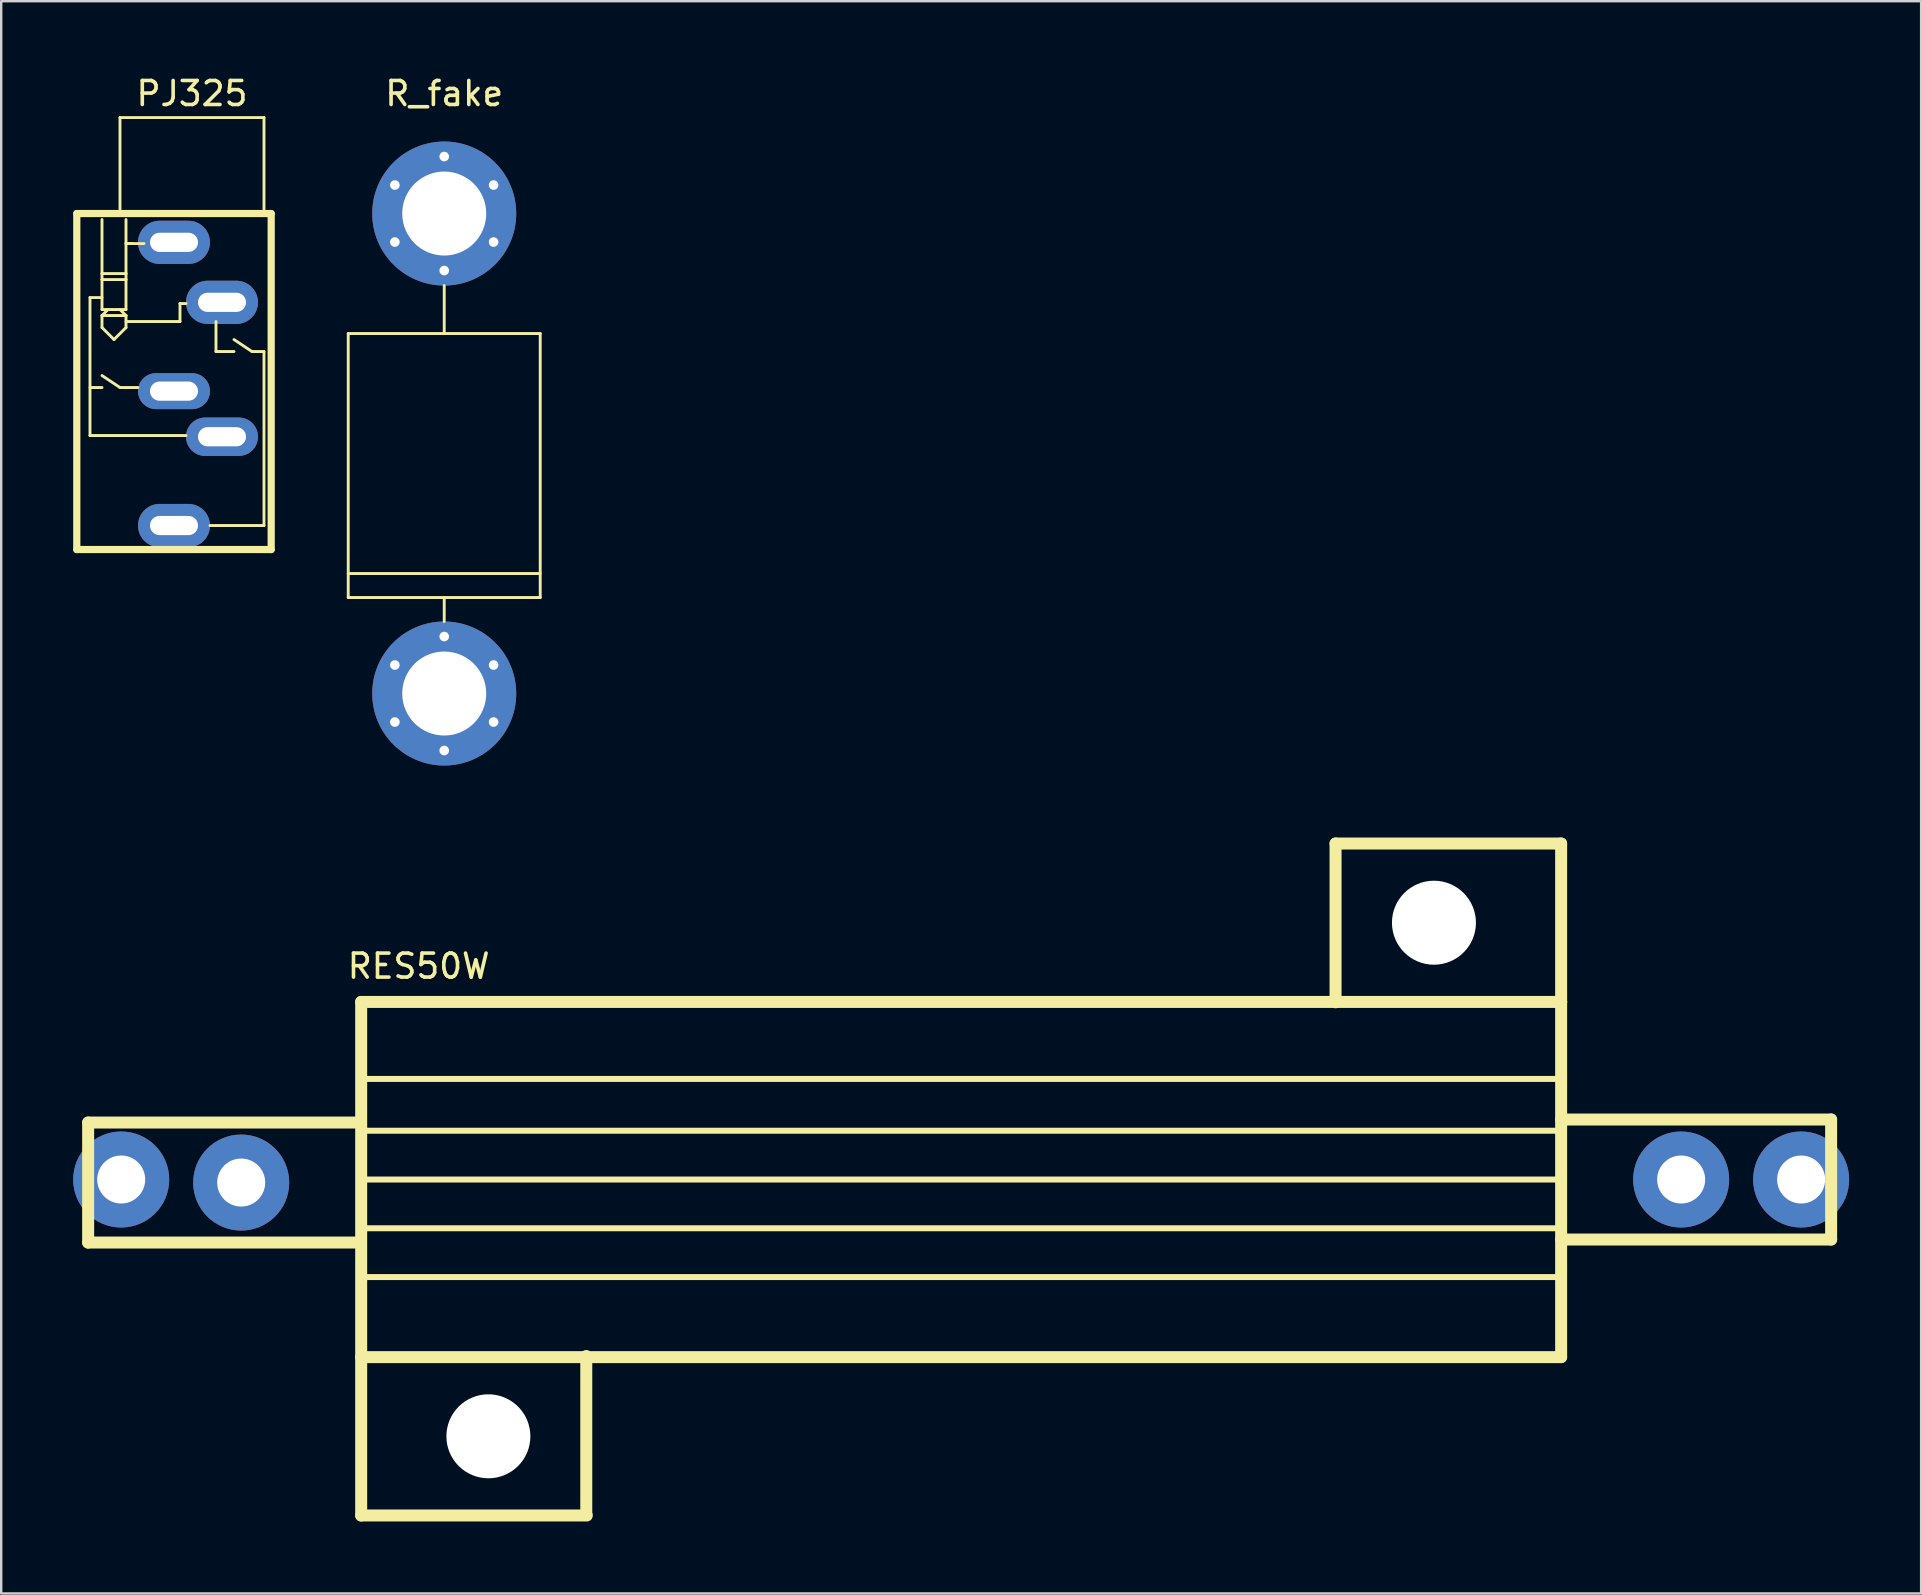
<source format=kicad_pcb>
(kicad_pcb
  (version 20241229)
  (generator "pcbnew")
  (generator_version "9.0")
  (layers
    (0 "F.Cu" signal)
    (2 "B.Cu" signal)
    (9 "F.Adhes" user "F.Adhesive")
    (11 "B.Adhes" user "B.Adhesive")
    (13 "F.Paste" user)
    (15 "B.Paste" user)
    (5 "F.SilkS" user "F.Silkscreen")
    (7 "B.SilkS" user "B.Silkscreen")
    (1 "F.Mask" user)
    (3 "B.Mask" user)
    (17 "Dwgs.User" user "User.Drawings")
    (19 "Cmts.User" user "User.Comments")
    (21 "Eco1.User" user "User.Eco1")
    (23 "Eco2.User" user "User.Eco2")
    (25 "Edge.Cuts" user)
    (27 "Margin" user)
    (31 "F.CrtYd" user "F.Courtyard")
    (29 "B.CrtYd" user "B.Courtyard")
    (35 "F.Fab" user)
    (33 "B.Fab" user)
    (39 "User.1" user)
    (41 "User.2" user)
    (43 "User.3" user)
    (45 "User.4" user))
  (footprint "PJ325"
    (layer "F.Cu")
    (at 4.2 5.848)
    (property "Reference" "PJ325" (at 0.75 -5 0) (layer "F.SilkS") (effects (font (size 1 1) (thickness 0.15))))
    (attr through_hole)
    (fp_line (start -4.05 0) (end -4.05 14) (stroke (width 0.3) (type solid)) (layer "F.SilkS"))
    (fp_line (start -4.05 0) (end 4.05 0) (stroke (width 0.3) (type solid)) (layer "F.SilkS"))
    (fp_line (start -4.05 14) (end 4.05 14) (stroke (width 0.3) (type solid)) (layer "F.SilkS"))
    (fp_line (start -3.5 3.5) (end -3.5 9.25) (stroke (width 0.12) (type solid)) (layer "F.SilkS"))
    (fp_line (start -3.5 7.25) (end -3 7.25) (stroke (width 0.12) (type solid)) (layer "F.SilkS"))
    (fp_line (start -3.5 9.25) (end 0.5 9.25) (stroke (width 0.12) (type solid)) (layer "F.SilkS"))
    (fp_line (start -3 0.25) (end -3 2.5) (stroke (width 0.12) (type solid)) (layer "F.SilkS"))
    (fp_line (start -3 2.5) (end -3 2.75) (stroke (width 0.12) (type solid)) (layer "F.SilkS"))
    (fp_line (start -3 2.5) (end -2 2.5) (stroke (width 0.12) (type solid)) (layer "F.SilkS"))
    (fp_line (start -3 2.75) (end -3 4) (stroke (width 0.12) (type solid)) (layer "F.SilkS"))
    (fp_line (start -3 3.5) (end -3.5 3.5) (stroke (width 0.12) (type solid)) (layer "F.SilkS"))
    (fp_line (start -3 4) (end -2 4) (stroke (width 0.12) (type solid)) (layer "F.SilkS"))
    (fp_line (start -3 4.25) (end -3 4.75) (stroke (width 0.12) (type solid)) (layer "F.SilkS"))
    (fp_line (start -3 4.25) (end -2.75 4) (stroke (width 0.12) (type solid)) (layer "F.SilkS"))
    (fp_line (start -3 4.75) (end -2.5 5.25) (stroke (width 0.12) (type solid)) (layer "F.SilkS"))
    (fp_line (start -2.5 5.25) (end -2 4.75) (stroke (width 0.12) (type solid)) (layer "F.SilkS"))
    (fp_line (start -2.25 -4) (end 3.75 -4) (stroke (width 0.12) (type solid)) (layer "F.SilkS"))
    (fp_line (start -2.25 0) (end -2.25 -4) (stroke (width 0.12) (type solid)) (layer "F.SilkS"))
    (fp_line (start -2.25 7.25) (end -3 6.75) (stroke (width 0.12) (type solid)) (layer "F.SilkS"))
    (fp_line (start -2 1.25) (end -1.75 1.25) (stroke (width 0.12) (type solid)) (layer "F.SilkS"))
    (fp_line (start -2 1.25) (end -1.25 1.25) (stroke (width 0.12) (type solid)) (layer "F.SilkS"))
    (fp_line (start -2 2.5) (end -2 0.25) (stroke (width 0.12) (type solid)) (layer "F.SilkS"))
    (fp_line (start -2 2.5) (end -2 2.75) (stroke (width 0.12) (type solid)) (layer "F.SilkS"))
    (fp_line (start -2 2.75) (end -3 2.75) (stroke (width 0.12) (type solid)) (layer "F.SilkS"))
    (fp_line (start -2 4) (end -2 2.75) (stroke (width 0.12) (type solid)) (layer "F.SilkS"))
    (fp_line (start -2 4.25) (end -3 4.25) (stroke (width 0.12) (type solid)) (layer "F.SilkS"))
    (fp_line (start -2 4.25) (end -2.25 4) (stroke (width 0.12) (type solid)) (layer "F.SilkS"))
    (fp_line (start -2 4.5) (end 0.25 4.5) (stroke (width 0.12) (type solid)) (layer "F.SilkS"))
    (fp_line (start -2 4.75) (end -2 4.25) (stroke (width 0.12) (type solid)) (layer "F.SilkS"))
    (fp_line (start -1.5 7.25) (end -2.25 7.25) (stroke (width 0.12) (type solid)) (layer "F.SilkS"))
    (fp_line (start 0.25 3.75) (end 0.5 3.75) (stroke (width 0.12) (type solid)) (layer "F.SilkS"))
    (fp_line (start 0.25 4.5) (end 0.25 3.75) (stroke (width 0.12) (type solid)) (layer "F.SilkS"))
    (fp_line (start 1.5 13) (end 3.75 13) (stroke (width 0.12) (type solid)) (layer "F.SilkS"))
    (fp_line (start 1.75 5.75) (end 1.75 4.5) (stroke (width 0.12) (type solid)) (layer "F.SilkS"))
    (fp_line (start 2.5 5.75) (end 1.75 5.75) (stroke (width 0.12) (type solid)) (layer "F.SilkS"))
    (fp_line (start 3.25 5.75) (end 2.5 5.25) (stroke (width 0.12) (type solid)) (layer "F.SilkS"))
    (fp_line (start 3.75 0) (end 3.75 -4) (stroke (width 0.12) (type solid)) (layer "F.SilkS"))
    (fp_line (start 3.75 5.75) (end 3.25 5.75) (stroke (width 0.12) (type solid)) (layer "F.SilkS"))
    (fp_line (start 3.75 13) (end 3.75 5.75) (stroke (width 0.12) (type solid)) (layer "F.SilkS"))
    (fp_line (start 4.05 0) (end 4.05 14) (stroke (width 0.3) (type solid)) (layer "F.SilkS"))
    (pad "1" thru_hole oval (at 0 1.2) (size 3 1.8) (drill oval 2 0.8) (layers "*.Cu" "*.Mask"))
    (pad "2" thru_hole oval (at 0 7.4) (size 3 1.5) (drill oval 2 0.8) (layers "*.Cu" "*.Mask"))
    (pad "3" thru_hole oval (at 2 9.3) (size 3 1.6) (drill oval 2 0.8) (layers "*.Cu" "*.Mask"))
    (pad "4" thru_hole oval (at 0 13) (size 3 1.8) (drill oval 2 0.8) (layers "*.Cu" "*.Mask"))
    (pad "5" thru_hole oval (at 2 3.7) (size 3 1.8) (drill oval 2 0.8) (layers "*.Cu" "*.Mask")))
  (footprint "RES50W"
    (layer "F.Cu")
    (at 37 46.098)
    (property "Reference" "RES50W" (at -22.606 -8.89 0) (layer "F.SilkS") (effects (font (size 1 1) (thickness 0.15))))
    (attr through_hole)
    (fp_line (start -36.377 2.627) (end -36.377 -2.373) (stroke (width 0.5) (type solid)) (layer "F.SilkS"))
    (fp_line (start -25.127 -2.373) (end -36.377 -2.373) (stroke (width 0.5) (type solid)) (layer "F.SilkS"))
    (fp_line (start -25.127 2.627) (end -36.377 2.627) (stroke (width 0.5) (type solid)) (layer "F.SilkS"))
    (fp_line (start -25.019 0) (end 24.892 0) (stroke (width 0.25) (type solid)) (layer "F.SilkS"))
    (fp_line (start -25.019 2.032) (end 24.892 2.032) (stroke (width 0.25) (type solid)) (layer "F.SilkS"))
    (fp_line (start -25.019 4.064) (end 24.892 4.064) (stroke (width 0.25) (type solid)) (layer "F.SilkS"))
    (fp_line (start -25 -7.4) (end -25 7.4) (stroke (width 0.5) (type solid)) (layer "F.SilkS"))
    (fp_line (start -25 -7.4) (end 25 -7.4) (stroke (width 0.5) (type solid)) (layer "F.SilkS"))
    (fp_line (start -25 7.4) (end -25 14) (stroke (width 0.5) (type solid)) (layer "F.SilkS"))
    (fp_line (start -25 14) (end -15.6 14) (stroke (width 0.5) (type solid)) (layer "F.SilkS"))
    (fp_line (start -24.892 -4.191) (end 25.019 -4.191) (stroke (width 0.25) (type solid)) (layer "F.SilkS"))
    (fp_line (start -24.892 -2.032) (end 25.019 -2.032) (stroke (width 0.25) (type solid)) (layer "F.SilkS"))
    (fp_line (start -15.621 13.97) (end -15.621 7.355) (stroke (width 0.5) (type solid)) (layer "F.SilkS"))
    (fp_line (start 15.6 -14) (end 15.6 -7.385) (stroke (width 0.5) (type solid)) (layer "F.SilkS"))
    (fp_line (start 25 -14) (end 15.6 -14) (stroke (width 0.5) (type solid)) (layer "F.SilkS"))
    (fp_line (start 25 -7.4) (end 25 -14) (stroke (width 0.5) (type solid)) (layer "F.SilkS"))
    (fp_line (start 25 -2.5) (end 36.25 -2.5) (stroke (width 0.5) (type solid)) (layer "F.SilkS"))
    (fp_line (start 25 2.5) (end 36.25 2.5) (stroke (width 0.5) (type solid)) (layer "F.SilkS"))
    (fp_line (start 25 7.4) (end -25 7.4) (stroke (width 0.5) (type solid)) (layer "F.SilkS"))
    (fp_line (start 25 7.4) (end 25 -7.4) (stroke (width 0.5) (type solid)) (layer "F.SilkS"))
    (fp_line (start 36.195 -2.413) (end 36.25 -2.5) (stroke (width 0.12) (type solid)) (layer "F.SilkS"))
    (fp_line (start 36.25 -2.5) (end 36.25 2.5) (stroke (width 0.5) (type solid)) (layer "F.SilkS"))
    (pad "" np_thru_hole circle (at -19.7 10.7) (size 3.5 3.5) (drill 3.5) (layers "*.Cu" "*.Mask"))
    (pad "" np_thru_hole circle (at 19.7 -10.7 180) (size 3.5 3.5) (drill 3.5) (layers "*.Cu" "*.Mask"))
    (pad "1" thru_hole circle (at -35 0) (size 4 4) (drill 2) (layers "*.Cu" "*.Mask"))
    (pad "1" thru_hole circle (at -30 0.127) (size 4 4) (drill 2) (layers "*.Cu" "*.Mask"))
    (pad "2" thru_hole circle (at 30 0) (size 4 4) (drill 2) (layers "*.Cu" "*.Mask"))
    (pad "2" thru_hole circle (at 35 0) (size 4 4) (drill 2) (layers "*.Cu" "*.Mask")))
  (footprint "R_fake"
    (layer "F.Cu")
    (at 15.46 15.848)
    (property "Reference" "R_fake" (at 0 -15 0) (layer "F.SilkS") (effects (font (size 1 1) (thickness 0.15))))
    (attr through_hole)
    (fp_line (start -4 -5) (end -4 6) (stroke (width 0.12) (type solid)) (layer "F.SilkS"))
    (fp_line (start -4 -5) (end 4 -5) (stroke (width 0.12) (type solid)) (layer "F.SilkS"))
    (fp_line (start -4 5) (end 4 5) (stroke (width 0.12) (type solid)) (layer "F.SilkS"))
    (fp_line (start -4 6) (end 4 6) (stroke (width 0.12) (type solid)) (layer "F.SilkS"))
    (fp_line (start 0 -5) (end 0 -7) (stroke (width 0.12) (type solid)) (layer "F.SilkS"))
    (fp_line (start 0 6) (end 0 7) (stroke (width 0.12) (type solid)) (layer "F.SilkS"))
    (fp_line (start 4 -5) (end 4 6) (stroke (width 0.12) (type solid)) (layer "F.SilkS"))
    (pad "1" thru_hole circle (at -2.057 -11.188 60) (size 0.8 0.8) (drill 0.4) (layers "*.Cu" "*.Mask"))
    (pad "1" thru_hole circle (at -2.057 -8.812 120) (size 0.8 0.8) (drill 0.4) (layers "*.Cu" "*.Mask"))
    (pad "1" thru_hole circle (at 0 -12.375) (size 0.8 0.8) (drill 0.4) (layers "*.Cu" "*.Mask"))
    (pad "1" thru_hole circle (at 0 -10) (size 6 6) (drill 3.5) (layers "*.Cu" "*.Mask"))
    (pad "1" thru_hole circle (at 0 -7.625 180) (size 0.8 0.8) (drill 0.4) (layers "*.Cu" "*.Mask"))
    (pad "1" thru_hole circle (at 2.057 -11.188 300) (size 0.8 0.8) (drill 0.4) (layers "*.Cu" "*.Mask"))
    (pad "1" thru_hole circle (at 2.057 -8.812 240) (size 0.8 0.8) (drill 0.4) (layers "*.Cu" "*.Mask"))
    (pad "2" thru_hole circle (at -2.057 8.812 60) (size 0.8 0.8) (drill 0.4) (layers "*.Cu" "*.Mask"))
    (pad "2" thru_hole circle (at -2.057 11.188 120) (size 0.8 0.8) (drill 0.4) (layers "*.Cu" "*.Mask"))
    (pad "2" thru_hole circle (at 0 7.625) (size 0.8 0.8) (drill 0.4) (layers "*.Cu" "*.Mask"))
    (pad "2" thru_hole circle (at 0 10) (size 6 6) (drill 3.5) (layers "*.Cu" "*.Mask"))
    (pad "2" thru_hole circle (at 0 12.375 180) (size 0.8 0.8) (drill 0.4) (layers "*.Cu" "*.Mask"))
    (pad "2" thru_hole circle (at 2.057 8.812 300) (size 0.8 0.8) (drill 0.4) (layers "*.Cu" "*.Mask"))
    (pad "2" thru_hole circle (at 2.057 11.188 240) (size 0.8 0.8) (drill 0.4) (layers "*.Cu" "*.Mask")))
  (gr_rect
    (start -3 -3)
    (end 77 63.348)
    (stroke (width 0.1) (type default))
    (fill no)
    (layer "Edge.Cuts")))
</source>
